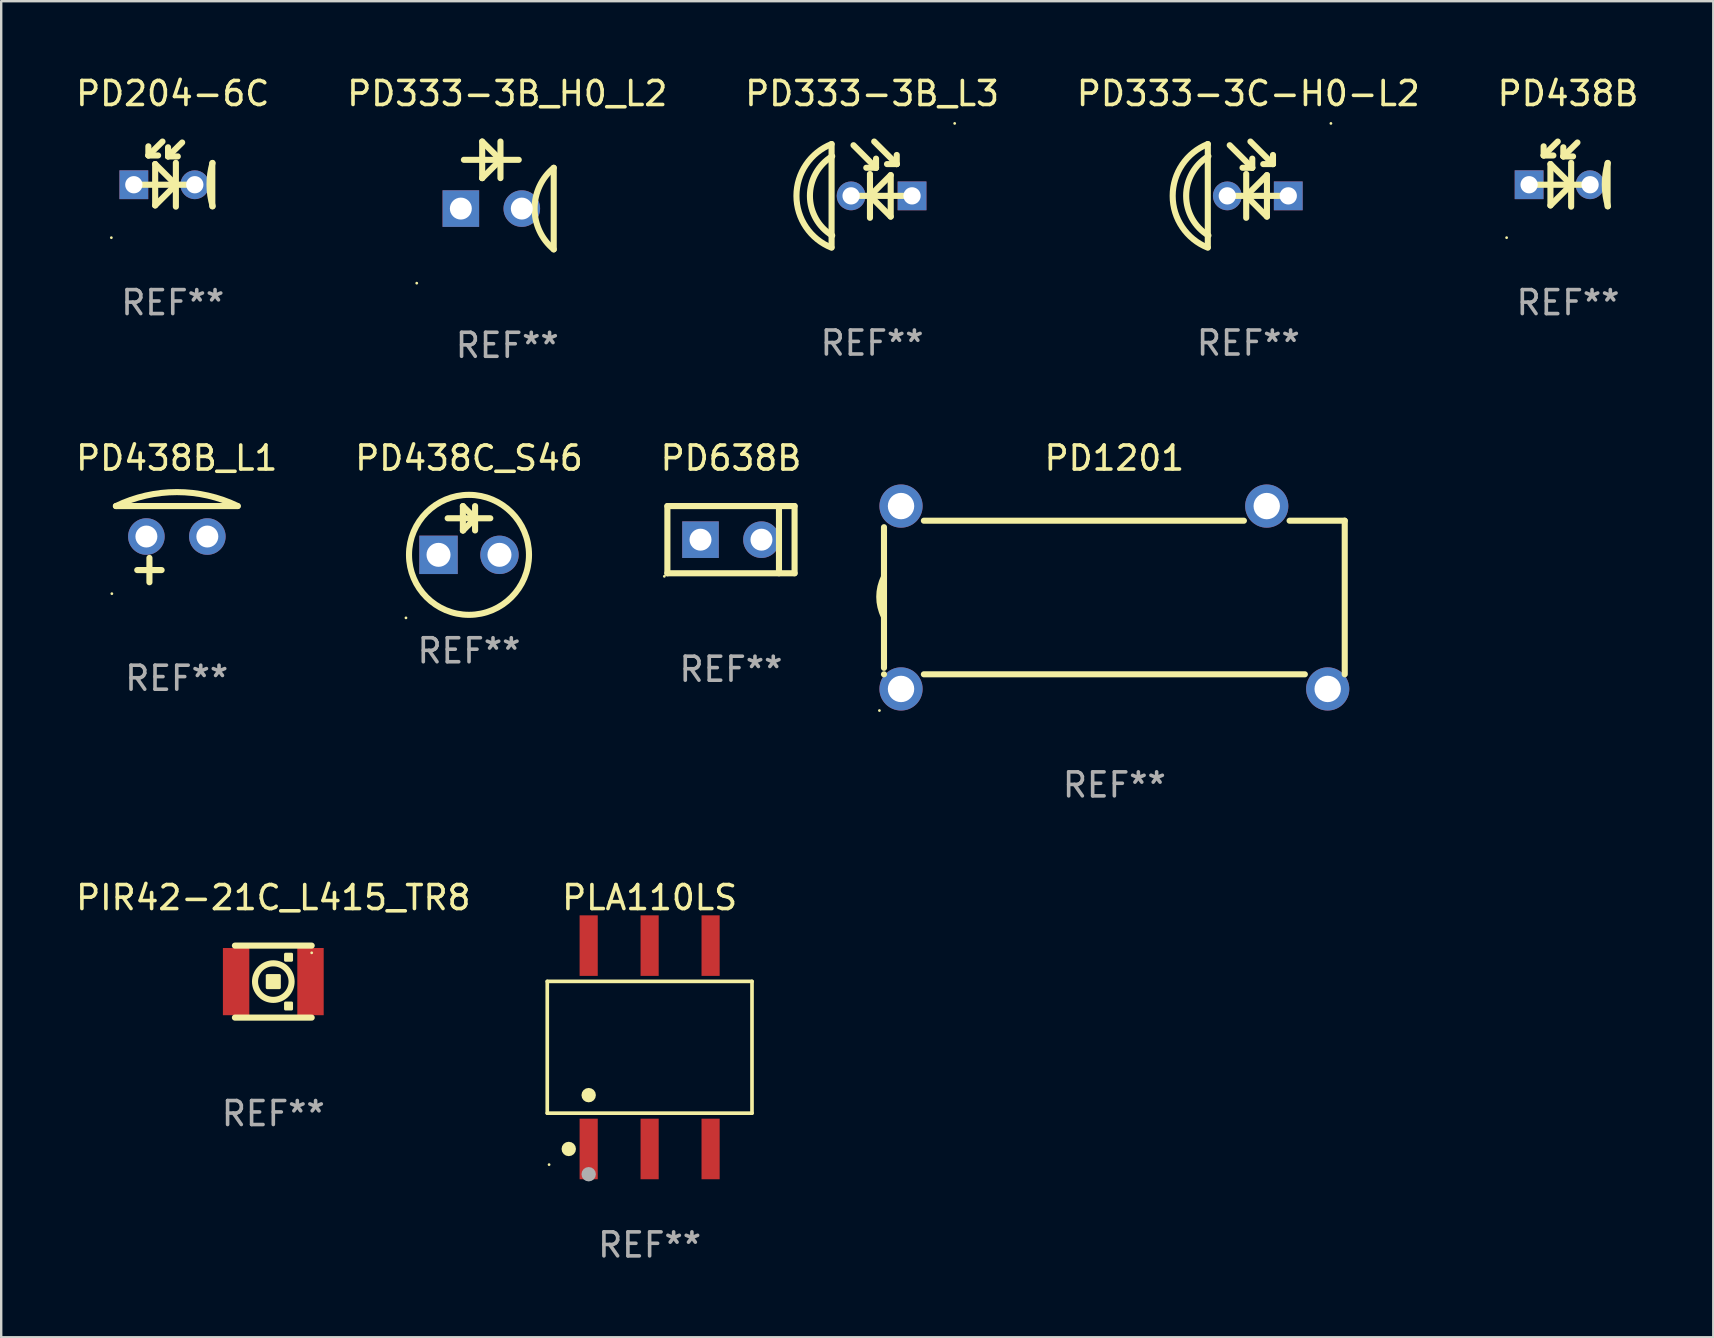
<source format=kicad_pcb>
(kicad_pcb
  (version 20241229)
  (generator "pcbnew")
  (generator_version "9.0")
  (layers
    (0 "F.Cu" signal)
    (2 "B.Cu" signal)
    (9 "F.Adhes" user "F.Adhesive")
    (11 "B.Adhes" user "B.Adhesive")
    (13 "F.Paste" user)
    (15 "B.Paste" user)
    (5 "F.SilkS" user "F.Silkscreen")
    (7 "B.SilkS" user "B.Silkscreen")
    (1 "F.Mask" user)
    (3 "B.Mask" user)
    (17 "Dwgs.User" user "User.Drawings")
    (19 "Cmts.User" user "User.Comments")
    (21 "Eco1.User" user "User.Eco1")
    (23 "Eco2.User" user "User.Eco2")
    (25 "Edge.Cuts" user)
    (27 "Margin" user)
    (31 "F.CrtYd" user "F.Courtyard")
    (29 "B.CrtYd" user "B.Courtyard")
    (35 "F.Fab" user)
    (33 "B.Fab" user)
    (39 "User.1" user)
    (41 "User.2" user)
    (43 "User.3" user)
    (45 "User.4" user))
  (footprint "PD438C_S46"
    (layer "F.Cu")
    (at 16.494 19.055)
    (property "Reference" "PD438C_S46" (at 0 -3.016 0) (layer "F.SilkS") (effects (font (size 1 1) (thickness 0.15))))
    (attr through_hole)
    (fp_line (start -0.889 -0.508) (end 0.888 -0.508) (stroke (width 0.254) (type solid)) (layer "F.SilkS"))
    (fp_line (start -0.255 -1.016) (end -0.255 0) (stroke (width 0.254) (type solid)) (layer "F.SilkS"))
    (fp_line (start -0.255 0) (end -0.248 0) (stroke (width 0.254) (type solid)) (layer "F.SilkS"))
    (fp_line (start -0.248 0) (end 0.26 -0.508) (stroke (width 0.254) (type solid)) (layer "F.SilkS"))
    (fp_line (start 0.246 -0.515) (end -0.255 -1.016) (stroke (width 0.254) (type solid)) (layer "F.SilkS"))
    (fp_line (start 0.246 -0.508) (end 0.246 -0.515) (stroke (width 0.254) (type solid)) (layer "F.SilkS"))
    (fp_line (start 0.253 -1.016) (end 0.253 0) (stroke (width 0.254) (type solid)) (layer "F.SilkS"))
    (fp_circle (center -2.627 3.643) (end -2.597 3.643) (stroke (width 0.06) (type solid)) (fill no) (layer "F.SilkS"))
    (fp_circle (center 0 1.016) (end 2.5 1.016) (stroke (width 0.254) (type solid)) (fill no) (layer "F.SilkS"))
    (fp_text user "REF**" (at 0 5.016 0) (layer "F.Fab") (effects (font (size 1 1) (thickness 0.15))))
    (pad "1" thru_hole rect (at -1.27 1.016) (size 1.6 1.6) (drill 1) (layers "*.Cu" "*.Mask"))
    (pad "2" thru_hole circle (at 1.27 1.016) (size 1.6 1.6) (drill 1) (layers "*.Cu" "*.Mask")))
  (footprint "PD1201"
    (layer "F.Cu")
    (at 43.387 21.849)
    (property "Reference" "PD1201" (at 0 -5.81 0) (layer "F.SilkS") (effects (font (size 1 1) (thickness 0.15))))
    (attr through_hole)
    (fp_line (start -9.6 -2.93) (end -9.6 2.93) (stroke (width 0.254) (type solid)) (layer "F.SilkS"))
    (fp_line (start -9.6 3.2) (end -9.6 3.2) (stroke (width 0.254) (type solid)) (layer "F.SilkS"))
    (fp_line (start 5.398 -3.2) (end -7.938 -3.2) (stroke (width 0.254) (type solid)) (layer "F.SilkS"))
    (fp_line (start 7.938 3.2) (end -7.938 3.2) (stroke (width 0.254) (type solid)) (layer "F.SilkS"))
    (fp_line (start 9.6 -3.2) (end 7.302 -3.2) (stroke (width 0.254) (type solid)) (layer "F.SilkS"))
    (fp_line (start 9.6 -3.2) (end 9.6 3.2) (stroke (width 0.254) (type solid)) (layer "F.SilkS"))
    (fp_arc (start -9.601219 0.797562) (mid -9.795827 -0.028637) (end -9.600051 -0.854559) (stroke (width 0.254001) (type solid)) (layer "F.SilkS"))
    (fp_circle (center -9.79 4.71) (end -9.76 4.71) (stroke (width 0.06) (type solid)) (fill no) (layer "F.SilkS"))
    (fp_text user "REF**" (at 0 7.81 0) (layer "F.Fab") (effects (font (size 1 1) (thickness 0.15))))
    (pad "1" thru_hole circle (at -8.89 3.81) (size 1.8 1.8) (drill 1.1) (layers "*.Cu" "*.Mask"))
    (pad "8" thru_hole circle (at 8.89 3.81) (size 1.8 1.8) (drill 1.1) (layers "*.Cu" "*.Mask"))
    (pad "10" thru_hole circle (at 6.35 -3.81) (size 1.8 1.8) (drill 1.1) (layers "*.Cu" "*.Mask"))
    (pad "16" thru_hole circle (at -8.89 -3.81) (size 1.8 1.8) (drill 1.1) (layers "*.Cu" "*.Mask")))
  (footprint "PD333-3C-H0-L2"
    (layer "F.Cu")
    (at 48.97 5.047)
    (property "Reference" "PD333-3C-H0-L2" (at 0 -4.199 0) (layer "F.SilkS") (effects (font (size 1 1) (thickness 0.15))))
    (attr through_hole)
    (fp_line (start -1.689 -2.094) (end -1.689 2.199) (stroke (width 0.254) (type solid)) (layer "F.SilkS"))
    (fp_line (start -0.776 -2.046) (end 0.164 -1.106) (stroke (width 0.254) (type solid)) (layer "F.SilkS"))
    (fp_line (start -0.089 -0.849) (end -0.089 0.979) (stroke (width 0.254) (type solid)) (layer "F.SilkS"))
    (fp_line (start -0.064 0.04) (end 0.775 -0.799) (stroke (width 0.254) (type solid)) (layer "F.SilkS"))
    (fp_line (start -0.064 0.09) (end -0.089 0.09) (stroke (width 0.254) (type solid)) (layer "F.SilkS"))
    (fp_line (start 0.087 -2.199) (end 1.027 -1.259) (stroke (width 0.254) (type solid)) (layer "F.SilkS"))
    (fp_line (start 0.164 -1.106) (end -0.243 -1.106) (stroke (width 0.254) (type solid)) (layer "F.SilkS"))
    (fp_line (start 0.164 -1.106) (end 0.164 -1.487) (stroke (width 0.254) (type solid)) (layer "F.SilkS"))
    (fp_line (start 0.775 -0.799) (end 0.775 0.929) (stroke (width 0.254) (type solid)) (layer "F.SilkS"))
    (fp_line (start 0.775 0.929) (end -0.064 0.09) (stroke (width 0.254) (type solid)) (layer "F.SilkS"))
    (fp_line (start 1.027 -1.259) (end 0.621 -1.259) (stroke (width 0.254) (type solid)) (layer "F.SilkS"))
    (fp_line (start 1.027 -1.259) (end 1.027 -1.64) (stroke (width 0.254) (type solid)) (layer "F.SilkS"))
    (fp_line (start 1.689 0.065) (end -0.876 0.065) (stroke (width 0.254) (type solid)) (layer "F.SilkS"))
    (fp_arc (start -1.689103 2.224028) (mid -3.152898 0.065024) (end -1.689104 -2.09398) (stroke (width 0.254001) (type solid)) (layer "F.SilkS"))
    (fp_arc (start -1.663703 1.716027) (mid -2.591496 0.065024) (end -1.663703 -1.585979) (stroke (width 0.254001) (type solid)) (layer "F.SilkS"))
    (fp_circle (center 3.441 -2.954) (end 3.471 -2.954) (stroke (width 0.06) (type solid)) (fill no) (layer "F.SilkS"))
    (fp_text user "REF**" (at 0 6.199 0) (layer "F.Fab") (effects (font (size 1 1) (thickness 0.15))))
    (pad "1" thru_hole rect (at 1.664 0.065) (size 1.2 1.2) (drill 0.72) (layers "*.Cu" "*.Mask"))
    (pad "2" thru_hole circle (at -0.876 0.065) (size 1.2 1.2) (drill 0.72) (layers "*.Cu" "*.Mask")))
  (footprint "PD438B_L1"
    (layer "F.Cu")
    (at 4.315 19.626)
    (property "Reference" "PD438B_L1" (at 0 -3.588 0) (layer "F.SilkS") (effects (font (size 1 1) (thickness 0.15))))
    (attr through_hole)
    (fp_line (start -1.138 1.588) (end -1.138 0.572) (stroke (width 0.254) (type solid)) (layer "F.SilkS"))
    (fp_line (start -0.63 1.08) (end -1.646 1.08) (stroke (width 0.254) (type solid)) (layer "F.SilkS"))
    (fp_line (start 2.535 -1.588) (end -2.535 -1.588) (stroke (width 0.254) (type solid)) (layer "F.SilkS"))
    (fp_arc (start -2.534925 -1.587503) (mid 0.00508 -2.169784) (end 2.545085 -1.587503) (stroke (width 0.254001) (type solid)) (layer "F.SilkS"))
    (fp_circle (center -2.704 2.063) (end -2.674 2.063) (stroke (width 0.06) (type solid)) (fill no) (layer "F.SilkS"))
    (fp_text user "REF**" (at 0 5.588 0) (layer "F.Fab") (effects (font (size 1 1) (thickness 0.15))))
    (pad "1" thru_hole circle (at -1.265 -0.318) (size 1.524 1.524) (drill 0.914) (layers "*.Cu" "*.Mask"))
    (pad "2" thru_hole circle (at 1.275 -0.318) (size 1.524 1.524) (drill 0.914) (layers "*.Cu" "*.Mask")))
  (footprint "PD333-3B_L3"
    (layer "F.Cu")
    (at 33.292 5.047)
    (property "Reference" "PD333-3B_L3" (at 0 -4.199 0) (layer "F.SilkS") (effects (font (size 1 1) (thickness 0.15))))
    (attr through_hole)
    (fp_line (start -1.689 -2.094) (end -1.689 2.199) (stroke (width 0.254) (type solid)) (layer "F.SilkS"))
    (fp_line (start -0.776 -2.046) (end 0.164 -1.106) (stroke (width 0.254) (type solid)) (layer "F.SilkS"))
    (fp_line (start -0.089 -0.849) (end -0.089 0.979) (stroke (width 0.254) (type solid)) (layer "F.SilkS"))
    (fp_line (start -0.064 0.04) (end 0.775 -0.799) (stroke (width 0.254) (type solid)) (layer "F.SilkS"))
    (fp_line (start -0.064 0.09) (end -0.089 0.09) (stroke (width 0.254) (type solid)) (layer "F.SilkS"))
    (fp_line (start 0.087 -2.199) (end 1.027 -1.259) (stroke (width 0.254) (type solid)) (layer "F.SilkS"))
    (fp_line (start 0.164 -1.106) (end -0.243 -1.106) (stroke (width 0.254) (type solid)) (layer "F.SilkS"))
    (fp_line (start 0.164 -1.106) (end 0.164 -1.487) (stroke (width 0.254) (type solid)) (layer "F.SilkS"))
    (fp_line (start 0.775 -0.799) (end 0.775 0.929) (stroke (width 0.254) (type solid)) (layer "F.SilkS"))
    (fp_line (start 0.775 0.929) (end -0.064 0.09) (stroke (width 0.254) (type solid)) (layer "F.SilkS"))
    (fp_line (start 1.027 -1.259) (end 0.621 -1.259) (stroke (width 0.254) (type solid)) (layer "F.SilkS"))
    (fp_line (start 1.027 -1.259) (end 1.027 -1.64) (stroke (width 0.254) (type solid)) (layer "F.SilkS"))
    (fp_line (start 1.689 0.065) (end -0.876 0.065) (stroke (width 0.254) (type solid)) (layer "F.SilkS"))
    (fp_arc (start -1.689103 2.224028) (mid -3.152898 0.065024) (end -1.689104 -2.09398) (stroke (width 0.254001) (type solid)) (layer "F.SilkS"))
    (fp_arc (start -1.663703 1.716027) (mid -2.591496 0.065024) (end -1.663703 -1.585979) (stroke (width 0.254001) (type solid)) (layer "F.SilkS"))
    (fp_circle (center 3.441 -2.954) (end 3.471 -2.954) (stroke (width 0.06) (type solid)) (fill no) (layer "F.SilkS"))
    (fp_text user "REF**" (at 0 6.199 0) (layer "F.Fab") (effects (font (size 1 1) (thickness 0.15))))
    (pad "1" thru_hole rect (at 1.664 0.065) (size 1.2 1.2) (drill 0.72) (layers "*.Cu" "*.Mask"))
    (pad "2" thru_hole circle (at -0.876 0.065) (size 1.2 1.2) (drill 0.72) (layers "*.Cu" "*.Mask")))
  (footprint "PIR42-21C_L415_TR8"
    (layer "F.Cu")
    (at 8.339 37.855)
    (property "Reference" "PIR42-21C_L415_TR8" (at 0 -3.5 0) (layer "F.SilkS") (effects (font (size 1 1) (thickness 0.15))))
    (attr through_hole)
    (fp_line (start 1.6 -1.5) (end -1.6 -1.5) (stroke (width 0.254) (type solid)) (layer "F.SilkS"))
    (fp_line (start 1.6 1.5) (end -1.6 1.5) (stroke (width 0.254) (type solid)) (layer "F.SilkS"))
    (fp_circle (center 0.000051 0) (end 0.762 0) (stroke (width 0.254) (type solid)) (fill no) (layer "F.SilkS"))
    (fp_circle (center 1.6 -1.2) (end 1.63 -1.2) (stroke (width 0.06) (type solid)) (fill no) (layer "F.SilkS"))
    (fp_poly (pts (xy -0.254 -0.254) (xy 0.254 -0.254) (xy 0.254 0.254) (xy -0.254 0.254)) (stroke (width 0.12) (type solid)) (fill yes) (layer "F.SilkS"))
    (fp_poly (pts (xy 0.508 -1.143) (xy 0.762 -1.143) (xy 0.762 -0.889) (xy 0.508 -0.889)) (stroke (width 0.12) (type solid)) (fill yes) (layer "F.SilkS"))
    (fp_poly (pts (xy 0.508 0.889) (xy 0.762 0.889) (xy 0.762 1.143) (xy 0.508 1.143)) (stroke (width 0.12) (type solid)) (fill yes) (layer "F.SilkS"))
    (fp_text user "REF**" (at 0 5.5 0) (layer "F.Fab") (effects (font (size 1 1) (thickness 0.15))))
    (pad "1" smd rect (at 1.55 0 90) (size 2.8 1.1) (layers "F.Cu" "F.Mask" "F.Paste"))
    (pad "2" smd rect (at -1.55 0 90) (size 2.8 1.1) (layers "F.Cu" "F.Mask" "F.Paste")))
  (footprint "PLA110LS"
    (layer "F.Cu")
    (at 24.021 40.592)
    (property "Reference" "PLA110LS" (at 0 -6.237 0) (layer "F.SilkS") (effects (font (size 1 1) (thickness 0.15))))
    (attr through_hole)
    (fp_line (start -4.266 -2.746) (end 4.266 -2.746) (stroke (width 0.152) (type solid)) (layer "F.SilkS"))
    (fp_line (start -4.266 2.746) (end -4.266 -2.746) (stroke (width 0.152) (type solid)) (layer "F.SilkS"))
    (fp_line (start 4.266 -2.746) (end 4.266 2.746) (stroke (width 0.152) (type solid)) (layer "F.SilkS"))
    (fp_line (start 4.266 2.746) (end -4.266 2.746) (stroke (width 0.152) (type solid)) (layer "F.SilkS"))
    (fp_circle (center -4.19 4.89) (end -4.16 4.89) (stroke (width 0.06) (type solid)) (fill no) (layer "F.SilkS"))
    (fp_circle (center -3.37 4.237) (end -3.22 4.237) (stroke (width 0.3) (type solid)) (fill no) (layer "F.SilkS"))
    (fp_circle (center -2.54 1.994) (end -2.39 1.994) (stroke (width 0.3) (type solid)) (fill no) (layer "F.SilkS"))
    (fp_circle (center -2.54 5.29) (end -2.39 5.29) (stroke (width 0.3) (type solid)) (fill no) (layer "F.Fab"))
    (fp_text user "REF**" (at 0 8.237 0) (layer "F.Fab") (effects (font (size 1 1) (thickness 0.15))))
    (pad "1" smd rect (at -2.54 4.237) (size 0.756 2.524) (layers "F.Cu" "F.Mask" "F.Paste"))
    (pad "2" smd rect (at 0 4.237) (size 0.756 2.524) (layers "F.Cu" "F.Mask" "F.Paste"))
    (pad "3" smd rect (at 2.54 4.237) (size 0.756 2.524) (layers "F.Cu" "F.Mask" "F.Paste"))
    (pad "4" smd rect (at 2.54 -4.237) (size 0.756 2.524) (layers "F.Cu" "F.Mask" "F.Paste"))
    (pad "5" smd rect (at 0 -4.237) (size 0.756 2.524) (layers "F.Cu" "F.Mask" "F.Paste"))
    (pad "6" smd rect (at -2.54 -4.237) (size 0.756 2.524) (layers "F.Cu" "F.Mask" "F.Paste")))
  (footprint "PD438B"
    (layer "F.Cu")
    (at 62.292 4.205)
    (property "Reference" "PD438B" (at 0 -3.357 0) (layer "F.SilkS") (effects (font (size 1 1) (thickness 0.15))))
    (attr through_hole)
    (fp_line (start -1.648 0.443) (end 0.918 0.443) (stroke (width 0.254) (type solid)) (layer "F.SilkS"))
    (fp_line (start -1.016 -0.777) (end -1.016 -1.158) (stroke (width 0.254) (type solid)) (layer "F.SilkS"))
    (fp_line (start -1.016 -0.777) (end -0.61 -0.777) (stroke (width 0.254) (type solid)) (layer "F.SilkS"))
    (fp_line (start -0.733 -0.421) (end -0.733 1.306) (stroke (width 0.254) (type solid)) (layer "F.SilkS"))
    (fp_line (start -0.733 1.306) (end 0.105 0.468) (stroke (width 0.254) (type solid)) (layer "F.SilkS"))
    (fp_line (start -0.428 -1.357) (end -1.016 -0.777) (stroke (width 0.254) (type solid)) (layer "F.SilkS"))
    (fp_line (start -0.196 -0.737) (end -0.196 -1.118) (stroke (width 0.254) (type solid)) (layer "F.SilkS"))
    (fp_line (start -0.196 -0.737) (end 0.21 -0.737) (stroke (width 0.254) (type solid)) (layer "F.SilkS"))
    (fp_line (start 0.105 0.417) (end -0.733 -0.421) (stroke (width 0.254) (type solid)) (layer "F.SilkS"))
    (fp_line (start 0.105 0.468) (end 0.13 0.468) (stroke (width 0.254) (type solid)) (layer "F.SilkS"))
    (fp_line (start 0.13 -0.472) (end 0.13 1.357) (stroke (width 0.254) (type solid)) (layer "F.SilkS"))
    (fp_line (start 0.392 -1.317) (end -0.196 -0.737) (stroke (width 0.254) (type solid)) (layer "F.SilkS"))
    (fp_line (start 1.648 -0.457) (end 1.648 1.343) (stroke (width 0.254) (type solid)) (layer "F.SilkS"))
    (fp_arc (start 1.662713 1.341682) (mid 1.531843 0.437605) (end 1.657709 -0.467183) (stroke (width 0.254001) (type solid)) (layer "F.SilkS"))
    (fp_circle (center -2.559 2.649) (end -2.529 2.649) (stroke (width 0.06) (type solid)) (fill no) (layer "F.SilkS"))
    (fp_text user "REF**" (at 0 5.357 0) (layer "F.Fab") (effects (font (size 1 1) (thickness 0.15))))
    (pad "1" thru_hole rect (at -1.622 0.443) (size 1.2 1.2) (drill 0.72) (layers "*.Cu" "*.Mask"))
    (pad "2" thru_hole circle (at 0.918 0.443) (size 1.2 1.2) (drill 0.72) (layers "*.Cu" "*.Mask")))
  (footprint "PD333-3B_H0_L2"
    (layer "F.Cu")
    (at 18.089 5.095)
    (property "Reference" "PD333-3B_H0_L2" (at 0 -4.247 0) (layer "F.SilkS") (effects (font (size 1 1) (thickness 0.15))))
    (attr through_hole)
    (fp_line (start -1.808 -1.485) (end 0.478 -1.485) (stroke (width 0.254) (type solid)) (layer "F.SilkS"))
    (fp_line (start -1.046 -2.247) (end -1.046 -0.723) (stroke (width 0.254) (type solid)) (layer "F.SilkS"))
    (fp_line (start -1.046 -0.723) (end -1.044 -0.723) (stroke (width 0.254) (type solid)) (layer "F.SilkS"))
    (fp_line (start -1.044 -0.723) (end -0.282 -1.485) (stroke (width 0.254) (type solid)) (layer "F.SilkS"))
    (fp_line (start -0.284 -2.247) (end -0.284 -0.723) (stroke (width 0.254) (type solid)) (layer "F.SilkS"))
    (fp_line (start -0.284 -1.485) (end -1.046 -2.247) (stroke (width 0.254) (type solid)) (layer "F.SilkS"))
    (fp_line (start -0.278 -1.485) (end -0.284 -1.485) (stroke (width 0.254) (type solid)) (layer "F.SilkS"))
    (fp_line (start 1.935 -1.153) (end 1.935 2.247) (stroke (width 0.254) (type solid)) (layer "F.SilkS"))
    (fp_arc (start 1.935979 2.246266) (mid 1.1372 0.547002) (end 1.93598 -1.152261) (stroke (width 0.254001) (type solid)) (layer "F.SilkS"))
    (fp_circle (center -3.773 3.655) (end -3.743 3.655) (stroke (width 0.06) (type solid)) (fill no) (layer "F.SilkS"))
    (fp_text user "REF**" (at 0 6.247 0) (layer "F.Fab") (effects (font (size 1 1) (thickness 0.15))))
    (pad "1" thru_hole rect (at -1.935 0.547) (size 1.524 1.524) (drill 0.914) (layers "*.Cu" "*.Mask"))
    (pad "2" thru_hole circle (at 0.605 0.547) (size 1.524 1.524) (drill 0.914) (layers "*.Cu" "*.Mask")))
  (footprint "PD638B"
    (layer "F.Cu")
    (at 27.411 19.439)
    (property "Reference" "PD638B" (at 0 -3.4 0) (layer "F.SilkS") (effects (font (size 1 1) (thickness 0.15))))
    (attr through_hole)
    (fp_line (start -2.65 -1.4) (end 2.65 -1.4) (stroke (width 0.254) (type solid)) (layer "F.SilkS"))
    (fp_line (start -2.65 1.4) (end -2.65 -1.4) (stroke (width 0.254) (type solid)) (layer "F.SilkS"))
    (fp_line (start 2 -1.4) (end 2 1.4) (stroke (width 0.254) (type solid)) (layer "F.SilkS"))
    (fp_line (start 2.65 -1.4) (end 2.65 1.4) (stroke (width 0.254) (type solid)) (layer "F.SilkS"))
    (fp_line (start 2.65 1.4) (end -2.65 1.4) (stroke (width 0.254) (type solid)) (layer "F.SilkS"))
    (fp_circle (center -2.777 1.527) (end -2.747 1.527) (stroke (width 0.06) (type solid)) (fill no) (layer "F.SilkS"))
    (fp_text user "REF**" (at 0 5.4 0) (layer "F.Fab") (effects (font (size 1 1) (thickness 0.15))))
    (pad "1" thru_hole rect (at -1.27 0) (size 1.524 1.524) (drill 0.914) (layers "*.Cu" "*.Mask"))
    (pad "2" thru_hole circle (at 1.27 0) (size 1.524 1.524) (drill 0.914) (layers "*.Cu" "*.Mask")))
  (footprint "PD204-6C"
    (layer "F.Cu")
    (at 4.149 4.205)
    (property "Reference" "PD204-6C" (at 0 -3.357 0) (layer "F.SilkS") (effects (font (size 1 1) (thickness 0.15))))
    (attr through_hole)
    (fp_line (start -1.648 0.443) (end 0.918 0.443) (stroke (width 0.254) (type solid)) (layer "F.SilkS"))
    (fp_line (start -1.016 -0.777) (end -1.016 -1.158) (stroke (width 0.254) (type solid)) (layer "F.SilkS"))
    (fp_line (start -1.016 -0.777) (end -0.61 -0.777) (stroke (width 0.254) (type solid)) (layer "F.SilkS"))
    (fp_line (start -0.733 -0.421) (end -0.733 1.306) (stroke (width 0.254) (type solid)) (layer "F.SilkS"))
    (fp_line (start -0.733 1.306) (end 0.105 0.468) (stroke (width 0.254) (type solid)) (layer "F.SilkS"))
    (fp_line (start -0.428 -1.357) (end -1.016 -0.777) (stroke (width 0.254) (type solid)) (layer "F.SilkS"))
    (fp_line (start -0.196 -0.737) (end -0.196 -1.118) (stroke (width 0.254) (type solid)) (layer "F.SilkS"))
    (fp_line (start -0.196 -0.737) (end 0.21 -0.737) (stroke (width 0.254) (type solid)) (layer "F.SilkS"))
    (fp_line (start 0.105 0.417) (end -0.733 -0.421) (stroke (width 0.254) (type solid)) (layer "F.SilkS"))
    (fp_line (start 0.105 0.468) (end 0.13 0.468) (stroke (width 0.254) (type solid)) (layer "F.SilkS"))
    (fp_line (start 0.13 -0.472) (end 0.13 1.357) (stroke (width 0.254) (type solid)) (layer "F.SilkS"))
    (fp_line (start 0.392 -1.317) (end -0.196 -0.737) (stroke (width 0.254) (type solid)) (layer "F.SilkS"))
    (fp_line (start 1.648 -0.457) (end 1.648 1.343) (stroke (width 0.254) (type solid)) (layer "F.SilkS"))
    (fp_arc (start 1.662713 1.341682) (mid 1.531843 0.437605) (end 1.657709 -0.467183) (stroke (width 0.254001) (type solid)) (layer "F.SilkS"))
    (fp_circle (center -2.559 2.649) (end -2.529 2.649) (stroke (width 0.06) (type solid)) (fill no) (layer "F.SilkS"))
    (fp_text user "REF**" (at 0 5.357 0) (layer "F.Fab") (effects (font (size 1 1) (thickness 0.15))))
    (pad "1" thru_hole rect (at -1.622 0.443) (size 1.2 1.2) (drill 0.72) (layers "*.Cu" "*.Mask"))
    (pad "2" thru_hole circle (at 0.918 0.443) (size 1.2 1.2) (drill 0.72) (layers "*.Cu" "*.Mask")))
  (gr_rect
    (start -3 -3)
    (end 68.345 52.677)
    (stroke (width 0.1) (type default))
    (fill no)
    (layer "Edge.Cuts")))
</source>
